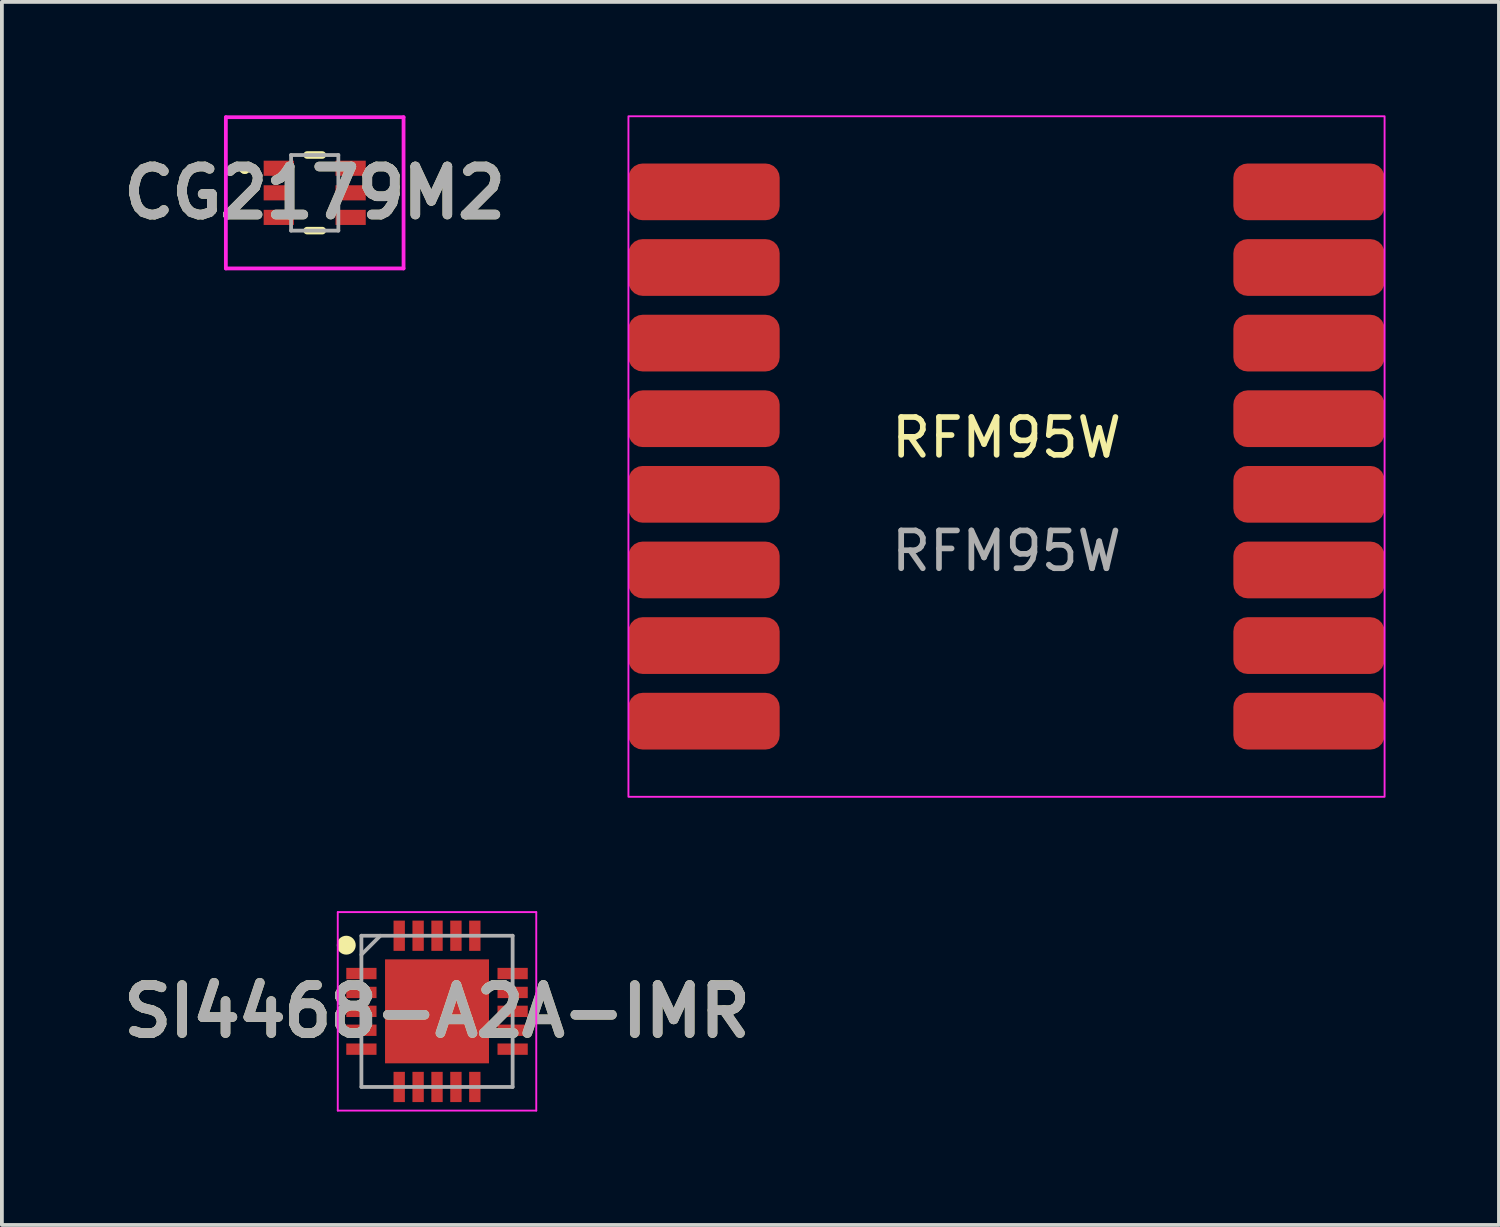
<source format=kicad_pcb>
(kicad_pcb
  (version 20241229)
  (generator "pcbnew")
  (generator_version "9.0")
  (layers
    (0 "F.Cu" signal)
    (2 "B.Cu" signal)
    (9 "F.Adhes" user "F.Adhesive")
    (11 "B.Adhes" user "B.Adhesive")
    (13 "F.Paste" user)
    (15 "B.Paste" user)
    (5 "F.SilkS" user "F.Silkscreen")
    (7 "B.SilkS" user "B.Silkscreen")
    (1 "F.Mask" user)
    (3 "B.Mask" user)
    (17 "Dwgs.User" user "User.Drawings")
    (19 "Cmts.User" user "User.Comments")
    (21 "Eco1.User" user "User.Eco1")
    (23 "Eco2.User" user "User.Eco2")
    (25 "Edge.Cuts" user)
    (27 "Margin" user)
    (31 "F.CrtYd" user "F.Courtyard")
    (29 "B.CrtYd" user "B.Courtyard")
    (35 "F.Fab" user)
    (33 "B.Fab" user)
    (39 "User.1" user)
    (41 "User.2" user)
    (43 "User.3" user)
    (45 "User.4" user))
  (footprint "RFM95W"
    (layer "F.Cu")
    (at 23.572 9.025)
    (property "Reference" "RFM95W" (at 0 -0.5 0) (unlocked yes) (layer "F.SilkS") (effects (font (size 1 1) (thickness 0.15))))
    (attr smd)
    (fp_rect (start -10 -9) (end 10 9) (stroke (width 0.05) (type solid)) (fill no) (layer "F.CrtYd"))
    (fp_text user "${REFERENCE}" (at 0 2.5 0) (unlocked yes) (layer "F.Fab") (effects (font (size 1 1) (thickness 0.15))))
    (pad "1" smd roundrect (at -8 -7) (size 4 1.5) (layers "F.Cu" "F.Mask" "F.Paste") (roundrect_rratio 0.25))
    (pad "2" smd roundrect (at -8 -5) (size 4 1.5) (layers "F.Cu" "F.Mask" "F.Paste") (roundrect_rratio 0.25))
    (pad "3" smd roundrect (at -8 -3) (size 4 1.5) (layers "F.Cu" "F.Mask" "F.Paste") (roundrect_rratio 0.25))
    (pad "4" smd roundrect (at -8 -1) (size 4 1.5) (layers "F.Cu" "F.Mask" "F.Paste") (roundrect_rratio 0.25))
    (pad "5" smd roundrect (at -8 1) (size 4 1.5) (layers "F.Cu" "F.Mask" "F.Paste") (roundrect_rratio 0.25))
    (pad "6" smd roundrect (at -8 3) (size 4 1.5) (layers "F.Cu" "F.Mask" "F.Paste") (roundrect_rratio 0.25))
    (pad "7" smd roundrect (at -8 5) (size 4 1.5) (layers "F.Cu" "F.Mask" "F.Paste") (roundrect_rratio 0.25))
    (pad "8" smd roundrect (at -8 7) (size 4 1.5) (layers "F.Cu" "F.Mask" "F.Paste") (roundrect_rratio 0.25))
    (pad "9" smd roundrect (at 8 -7) (size 4 1.5) (layers "F.Cu" "F.Mask" "F.Paste") (roundrect_rratio 0.25))
    (pad "10" smd roundrect (at 8 -5) (size 4 1.5) (layers "F.Cu" "F.Mask" "F.Paste") (roundrect_rratio 0.25))
    (pad "11" smd roundrect (at 8 -3) (size 4 1.5) (layers "F.Cu" "F.Mask" "F.Paste") (roundrect_rratio 0.25))
    (pad "12" smd roundrect (at 8 -1) (size 4 1.5) (layers "F.Cu" "F.Mask" "F.Paste") (roundrect_rratio 0.25))
    (pad "13" smd roundrect (at 8 1) (size 4 1.5) (layers "F.Cu" "F.Mask" "F.Paste") (roundrect_rratio 0.25))
    (pad "14" smd roundrect (at 8 3) (size 4 1.5) (layers "F.Cu" "F.Mask" "F.Paste") (roundrect_rratio 0.25))
    (pad "15" smd roundrect (at 8 5) (size 4 1.5) (layers "F.Cu" "F.Mask" "F.Paste") (roundrect_rratio 0.25))
    (pad "16" smd roundrect (at 8 7) (size 4 1.5) (layers "F.Cu" "F.Mask" "F.Paste") (roundrect_rratio 0.25)))
  (footprint "CG2179M2"
    (layer "F.Cu")
    (at 5.274 2.05)
    (property "Reference" "CG2179M2" (at 0 0 0) (layer "F.SilkS") (effects (font (size 1.27 1.27) (thickness 0.254))))
    (attr smd)
    (fp_line (start -1.9 -0.65) (end -1.9 -0.65) (stroke (width 0.2) (type solid)) (layer "F.SilkS"))
    (fp_line (start -1.9 -0.65) (end -1.9 -0.65) (stroke (width 0.2) (type solid)) (layer "F.SilkS"))
    (fp_line (start -1.8 -0.65) (end -1.8 -0.65) (stroke (width 0.2) (type solid)) (layer "F.SilkS"))
    (fp_line (start -0.2 -1) (end 0.2 -1) (stroke (width 0.2) (type solid)) (layer "F.SilkS"))
    (fp_line (start -0.2 1) (end 0.2 1) (stroke (width 0.2) (type solid)) (layer "F.SilkS"))
    (fp_arc (start -1.9 -0.65) (mid -1.85 -0.7) (end -1.8 -0.65) (stroke (width 0.2) (type solid)) (layer "F.SilkS"))
    (fp_arc (start -1.8 -0.65) (mid -1.85 -0.6) (end -1.9 -0.65) (stroke (width 0.2) (type solid)) (layer "F.SilkS"))
    (fp_arc (start -1.8 -0.65) (mid -1.85 -0.6) (end -1.9 -0.65) (stroke (width 0.2) (type solid)) (layer "F.SilkS"))
    (fp_line (start -2.35 -2) (end 2.35 -2) (stroke (width 0.1) (type solid)) (layer "F.CrtYd"))
    (fp_line (start -2.35 2) (end -2.35 -2) (stroke (width 0.1) (type solid)) (layer "F.CrtYd"))
    (fp_line (start 2.35 -2) (end 2.35 2) (stroke (width 0.1) (type solid)) (layer "F.CrtYd"))
    (fp_line (start 2.35 2) (end -2.35 2) (stroke (width 0.1) (type solid)) (layer "F.CrtYd"))
    (fp_line (start -0.625 -1) (end -0.625 1) (stroke (width 0.1) (type solid)) (layer "F.Fab"))
    (fp_line (start -0.625 1) (end 0.625 1) (stroke (width 0.1) (type solid)) (layer "F.Fab"))
    (fp_line (start 0.625 -1) (end -0.625 -1) (stroke (width 0.1) (type solid)) (layer "F.Fab"))
    (fp_line (start 0.625 1) (end 0.625 -1) (stroke (width 0.1) (type solid)) (layer "F.Fab"))
    (fp_text user "${REFERENCE}" (at 0 0 0) (layer "F.Fab") (effects (font (size 1.27 1.27) (thickness 0.254))))
    (pad "1" smd rect (at -0.95 -0.65 90) (size 0.4 0.8) (layers "F.Cu" "F.Mask" "F.Paste"))
    (pad "2" smd rect (at -0.95 0 90) (size 0.4 0.8) (layers "F.Cu" "F.Mask" "F.Paste"))
    (pad "3" smd rect (at -0.95 0.65 90) (size 0.4 0.8) (layers "F.Cu" "F.Mask" "F.Paste"))
    (pad "4" smd rect (at 0.95 0.65 90) (size 0.4 0.8) (layers "F.Cu" "F.Mask" "F.Paste"))
    (pad "5" smd rect (at 0.95 0 90) (size 0.4 0.8) (layers "F.Cu" "F.Mask" "F.Paste"))
    (pad "6" smd rect (at 0.95 -0.65 90) (size 0.4 0.8) (layers "F.Cu" "F.Mask" "F.Paste")))
  (footprint "SI4468-A2A-IMR"
    (layer "F.Cu")
    (at 8.509 23.7)
    (property "Reference" "SI4468-A2A-IMR" (at 0 0 0) (layer "F.SilkS") (effects (font (size 1.27 1.27) (thickness 0.254))))
    (attr smd)
    (fp_circle (center -2.4 -1.75) (end -2.4 -1.625) (stroke (width 0.25) (type solid)) (fill no) (layer "F.SilkS"))
    (fp_line (start -2.625 -2.625) (end 2.625 -2.625) (stroke (width 0.05) (type solid)) (layer "F.CrtYd"))
    (fp_line (start -2.625 2.625) (end -2.625 -2.625) (stroke (width 0.05) (type solid)) (layer "F.CrtYd"))
    (fp_line (start 2.625 -2.625) (end 2.625 2.625) (stroke (width 0.05) (type solid)) (layer "F.CrtYd"))
    (fp_line (start 2.625 2.625) (end -2.625 2.625) (stroke (width 0.05) (type solid)) (layer "F.CrtYd"))
    (fp_line (start -2 -2) (end 2 -2) (stroke (width 0.1) (type solid)) (layer "F.Fab"))
    (fp_line (start -2 -1.5) (end -1.5 -2) (stroke (width 0.1) (type solid)) (layer "F.Fab"))
    (fp_line (start -2 2) (end -2 -2) (stroke (width 0.1) (type solid)) (layer "F.Fab"))
    (fp_line (start 2 -2) (end 2 2) (stroke (width 0.1) (type solid)) (layer "F.Fab"))
    (fp_line (start 2 2) (end -2 2) (stroke (width 0.1) (type solid)) (layer "F.Fab"))
    (fp_text user "${REFERENCE}" (at 0 0 0) (layer "F.Fab") (effects (font (size 1.27 1.27) (thickness 0.254))))
    (pad "1" smd rect (at -2 -1 90) (size 0.3 0.8) (layers "F.Cu" "F.Mask" "F.Paste"))
    (pad "2" smd rect (at -2 -0.5 90) (size 0.3 0.8) (layers "F.Cu" "F.Mask" "F.Paste"))
    (pad "3" smd rect (at -2 0 90) (size 0.3 0.8) (layers "F.Cu" "F.Mask" "F.Paste"))
    (pad "4" smd rect (at -2 0.5 90) (size 0.3 0.8) (layers "F.Cu" "F.Mask" "F.Paste"))
    (pad "5" smd rect (at -2 1 90) (size 0.3 0.8) (layers "F.Cu" "F.Mask" "F.Paste"))
    (pad "6" smd rect (at -1 2) (size 0.3 0.8) (layers "F.Cu" "F.Mask" "F.Paste"))
    (pad "7" smd rect (at -0.5 2) (size 0.3 0.8) (layers "F.Cu" "F.Mask" "F.Paste"))
    (pad "8" smd rect (at 0 2) (size 0.3 0.8) (layers "F.Cu" "F.Mask" "F.Paste"))
    (pad "9" smd rect (at 0.5 2) (size 0.3 0.8) (layers "F.Cu" "F.Mask" "F.Paste"))
    (pad "10" smd rect (at 1 2) (size 0.3 0.8) (layers "F.Cu" "F.Mask" "F.Paste"))
    (pad "11" smd rect (at 2 1 90) (size 0.3 0.8) (layers "F.Cu" "F.Mask" "F.Paste"))
    (pad "12" smd rect (at 2 0.5 90) (size 0.3 0.8) (layers "F.Cu" "F.Mask" "F.Paste"))
    (pad "13" smd rect (at 2 0 90) (size 0.3 0.8) (layers "F.Cu" "F.Mask" "F.Paste"))
    (pad "14" smd rect (at 2 -0.5 90) (size 0.3 0.8) (layers "F.Cu" "F.Mask" "F.Paste"))
    (pad "15" smd rect (at 2 -1 90) (size 0.3 0.8) (layers "F.Cu" "F.Mask" "F.Paste"))
    (pad "16" smd rect (at 1 -2) (size 0.3 0.8) (layers "F.Cu" "F.Mask" "F.Paste"))
    (pad "17" smd rect (at 0.5 -2) (size 0.3 0.8) (layers "F.Cu" "F.Mask" "F.Paste"))
    (pad "18" smd rect (at 0 -2) (size 0.3 0.8) (layers "F.Cu" "F.Mask" "F.Paste"))
    (pad "19" smd rect (at -0.5 -2) (size 0.3 0.8) (layers "F.Cu" "F.Mask" "F.Paste"))
    (pad "20" smd rect (at -1 -2) (size 0.3 0.8) (layers "F.Cu" "F.Mask" "F.Paste"))
    (pad "21" smd rect (at 0 0) (size 2.75 2.75) (layers "F.Cu" "F.Mask" "F.Paste")))
  (gr_rect
    (start -3 -3)
    (end 36.597 29.35)
    (stroke (width 0.1) (type default))
    (fill no)
    (layer "Edge.Cuts")))
</source>
